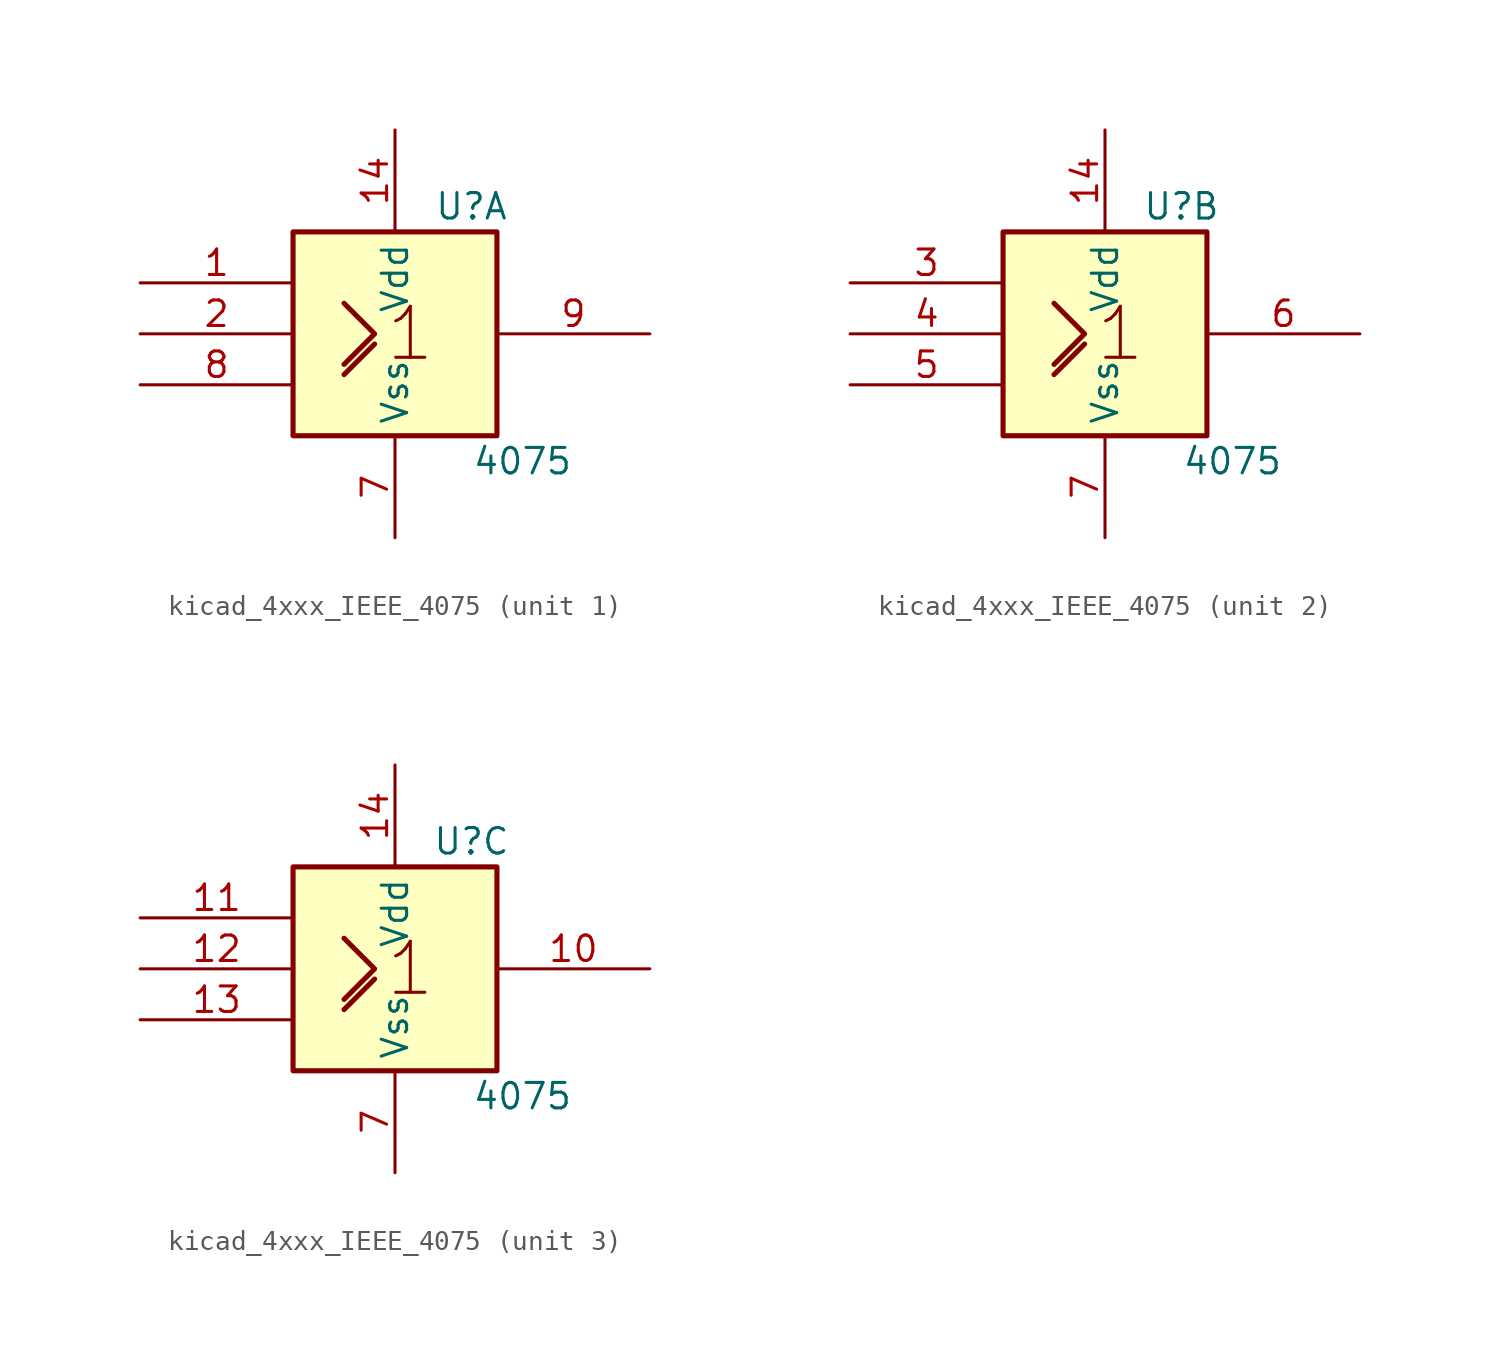
<source format=kicad_sym>
(kicad_symbol_lib
  (version 20220914)
  (generator kicad_symbol_editor)
  (symbol "kicad_4xxx_IEEE_4075"
    (property "Reference" "U"
      (at 3.81 6.35 0)
      (effects (font (size 1.27 1.27))))
    (property "Value" "4075"
      (at 6.35 -6.35 0)
      (effects (font (size 1.27 1.27))))
    (symbol "kicad_4xxx_IEEE_4075_0_0"
      (rectangle (start -5.08 5.08) (end 5.08 -5.08) (stroke (width 0.254) (type default)) (fill (type background)))
      (polyline (pts (xy -2.54 -2.032) (xy -1.016 -0.508) (xy -1.016 -0.508)) (stroke (width 0.254) (type default)) (fill (type background)))
      (polyline (pts (xy -2.54 1.524) (xy -1.016 0) (xy -2.54 -1.524) (xy -2.54 -1.524)) (stroke (width 0.254) (type default)) (fill (type background)))
      (text "1" (at 0.762 0 0) (effects (font (size 2.54 2.54))))
      (pin power_in line (at 0 10.16 270) (length 5.08) (name "Vdd" (effects (font (size 1.27 1.27)))) (number "14" (effects (font (size 1.27 1.27)))))
      (pin power_in line (at 0 -10.16 90) (length 5.08) (name "Vss" (effects (font (size 1.27 1.27)))) (number "7" (effects (font (size 1.27 1.27))))))
    (symbol "kicad_4xxx_IEEE_4075_1_1"
      (pin input line (at -12.7 2.54 0) (length 7.62) (name "~" (effects (font (size 1.27 1.27)))) (number "1" (effects (font (size 1.27 1.27)))))
      (pin input line (at -12.7 0 0) (length 7.62) (name "~" (effects (font (size 1.27 1.27)))) (number "2" (effects (font (size 1.27 1.27)))))
      (pin input line (at -12.7 -2.54 0) (length 7.62) (name "~" (effects (font (size 1.27 1.27)))) (number "8" (effects (font (size 1.27 1.27)))))
      (pin output line (at 12.7 0 180) (length 7.62) (name "~" (effects (font (size 1.27 1.27)))) (number "9" (effects (font (size 1.27 1.27))))))
    (symbol "kicad_4xxx_IEEE_4075_2_1"
      (pin input line (at -12.7 2.54 0) (length 7.62) (name "~" (effects (font (size 1.27 1.27)))) (number "3" (effects (font (size 1.27 1.27)))))
      (pin input line (at -12.7 0 0) (length 7.62) (name "~" (effects (font (size 1.27 1.27)))) (number "4" (effects (font (size 1.27 1.27)))))
      (pin input line (at -12.7 -2.54 0) (length 7.62) (name "~" (effects (font (size 1.27 1.27)))) (number "5" (effects (font (size 1.27 1.27)))))
      (pin output line (at 12.7 0 180) (length 7.62) (name "~" (effects (font (size 1.27 1.27)))) (number "6" (effects (font (size 1.27 1.27))))))
    (symbol "kicad_4xxx_IEEE_4075_3_1"
      (pin output line (at 12.7 0 180) (length 7.62) (name "~" (effects (font (size 1.27 1.27)))) (number "10" (effects (font (size 1.27 1.27)))))
      (pin input line (at -12.7 2.54 0) (length 7.62) (name "~" (effects (font (size 1.27 1.27)))) (number "11" (effects (font (size 1.27 1.27)))))
      (pin input line (at -12.7 0 0) (length 7.62) (name "~" (effects (font (size 1.27 1.27)))) (number "12" (effects (font (size 1.27 1.27)))))
      (pin input line (at -12.7 -2.54 0) (length 7.62) (name "~" (effects (font (size 1.27 1.27)))) (number "13" (effects (font (size 1.27 1.27))))))))
</source>
